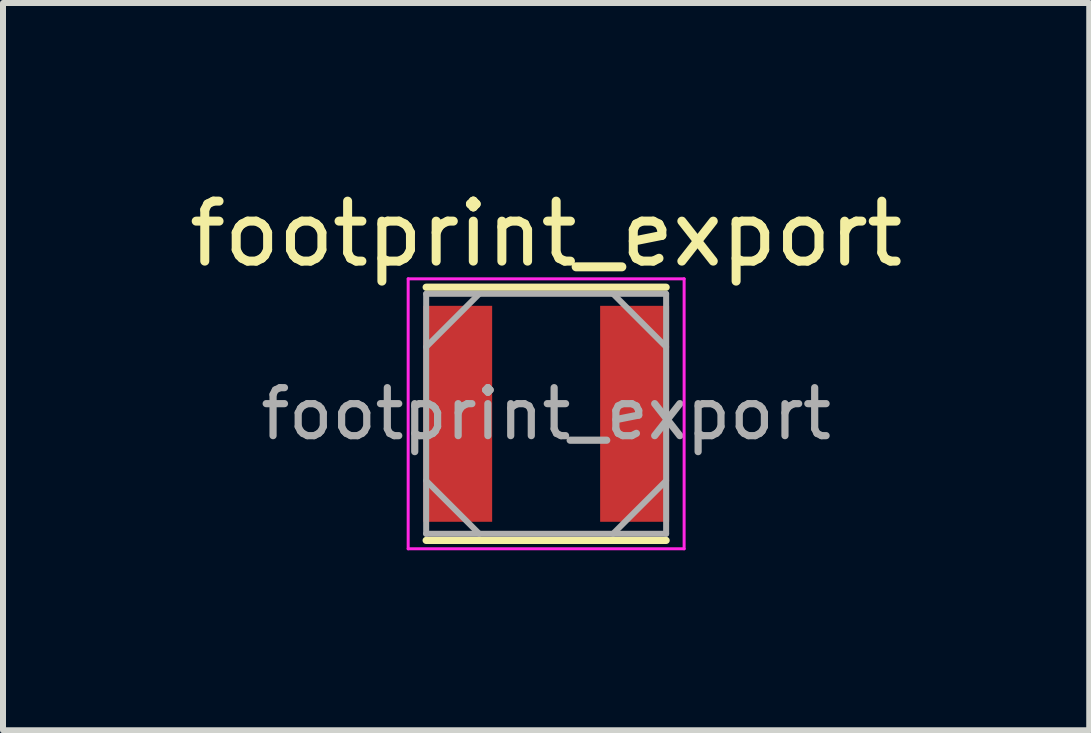
<source format=kicad_pcb>
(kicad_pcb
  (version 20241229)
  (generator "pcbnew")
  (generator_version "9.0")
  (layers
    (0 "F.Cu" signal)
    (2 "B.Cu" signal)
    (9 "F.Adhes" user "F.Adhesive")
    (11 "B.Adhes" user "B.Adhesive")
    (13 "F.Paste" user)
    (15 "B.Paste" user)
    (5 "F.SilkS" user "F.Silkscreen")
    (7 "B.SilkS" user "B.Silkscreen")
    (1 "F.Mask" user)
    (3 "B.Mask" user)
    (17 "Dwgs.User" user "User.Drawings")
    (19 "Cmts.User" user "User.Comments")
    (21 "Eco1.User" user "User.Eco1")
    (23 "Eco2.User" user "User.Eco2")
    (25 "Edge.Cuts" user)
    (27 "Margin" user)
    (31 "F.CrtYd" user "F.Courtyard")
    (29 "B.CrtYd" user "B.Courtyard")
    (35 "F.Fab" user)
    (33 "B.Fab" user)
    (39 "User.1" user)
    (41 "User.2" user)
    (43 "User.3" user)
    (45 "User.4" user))
  (footprint "footprint_export"
    (layer "F.Cu")
    (at 6.054 3.848)
    (property "Reference" "footprint_export" (at 0 -3 0) (layer "F.SilkS") (effects (font (size 1 1) (thickness 0.15))))
    (attr smd)
    (fp_line (start -2 -2.11) (end 2 -2.11) (stroke (width 0.12) (type solid)) (layer "F.SilkS"))
    (fp_line (start 2 2.11) (end -2 2.11) (stroke (width 0.12) (type solid)) (layer "F.SilkS"))
    (fp_line (start -2.3 -2.25) (end 2.3 -2.25) (stroke (width 0.05) (type solid)) (layer "F.CrtYd"))
    (fp_line (start -2.3 2.25) (end -2.3 -2.25) (stroke (width 0.05) (type solid)) (layer "F.CrtYd"))
    (fp_line (start 2.3 -2.25) (end 2.3 2.25) (stroke (width 0.05) (type solid)) (layer "F.CrtYd"))
    (fp_line (start 2.3 2.25) (end -2.3 2.25) (stroke (width 0.05) (type solid)) (layer "F.CrtYd"))
    (fp_line (start -2 -2) (end 2 -2) (stroke (width 0.1) (type solid)) (layer "F.Fab"))
    (fp_line (start -2 -1.115) (end -1.115 -2) (stroke (width 0.1) (type solid)) (layer "F.Fab"))
    (fp_line (start -2 2) (end -2 -2) (stroke (width 0.1) (type solid)) (layer "F.Fab"))
    (fp_line (start -1.115 2) (end -2 1.115) (stroke (width 0.1) (type solid)) (layer "F.Fab"))
    (fp_line (start 1.115 -2) (end 2 -1.115) (stroke (width 0.1) (type solid)) (layer "F.Fab"))
    (fp_line (start 2 -2) (end 2 2) (stroke (width 0.1) (type solid)) (layer "F.Fab"))
    (fp_line (start 2 1.115) (end 1.115 2) (stroke (width 0.1) (type solid)) (layer "F.Fab"))
    (fp_line (start 2 2) (end -2 2) (stroke (width 0.1) (type solid)) (layer "F.Fab"))
    (fp_text user "${REFERENCE}" (at 0 0 0) (layer "F.Fab") (effects (font (size 0.8 0.8) (thickness 0.12))))
    (pad "1" smd rect (at -1.475 0) (size 1.15 3.6) (layers "F.Cu" "F.Mask" "F.Paste"))
    (pad "2" smd rect (at 1.475 0) (size 1.15 3.6) (layers "F.Cu" "F.Mask" "F.Paste")))
  (gr_rect
    (start -3 -3)
    (end 15.107 9.123)
    (stroke (width 0.1) (type default))
    (fill no)
    (layer "Edge.Cuts")))
</source>
